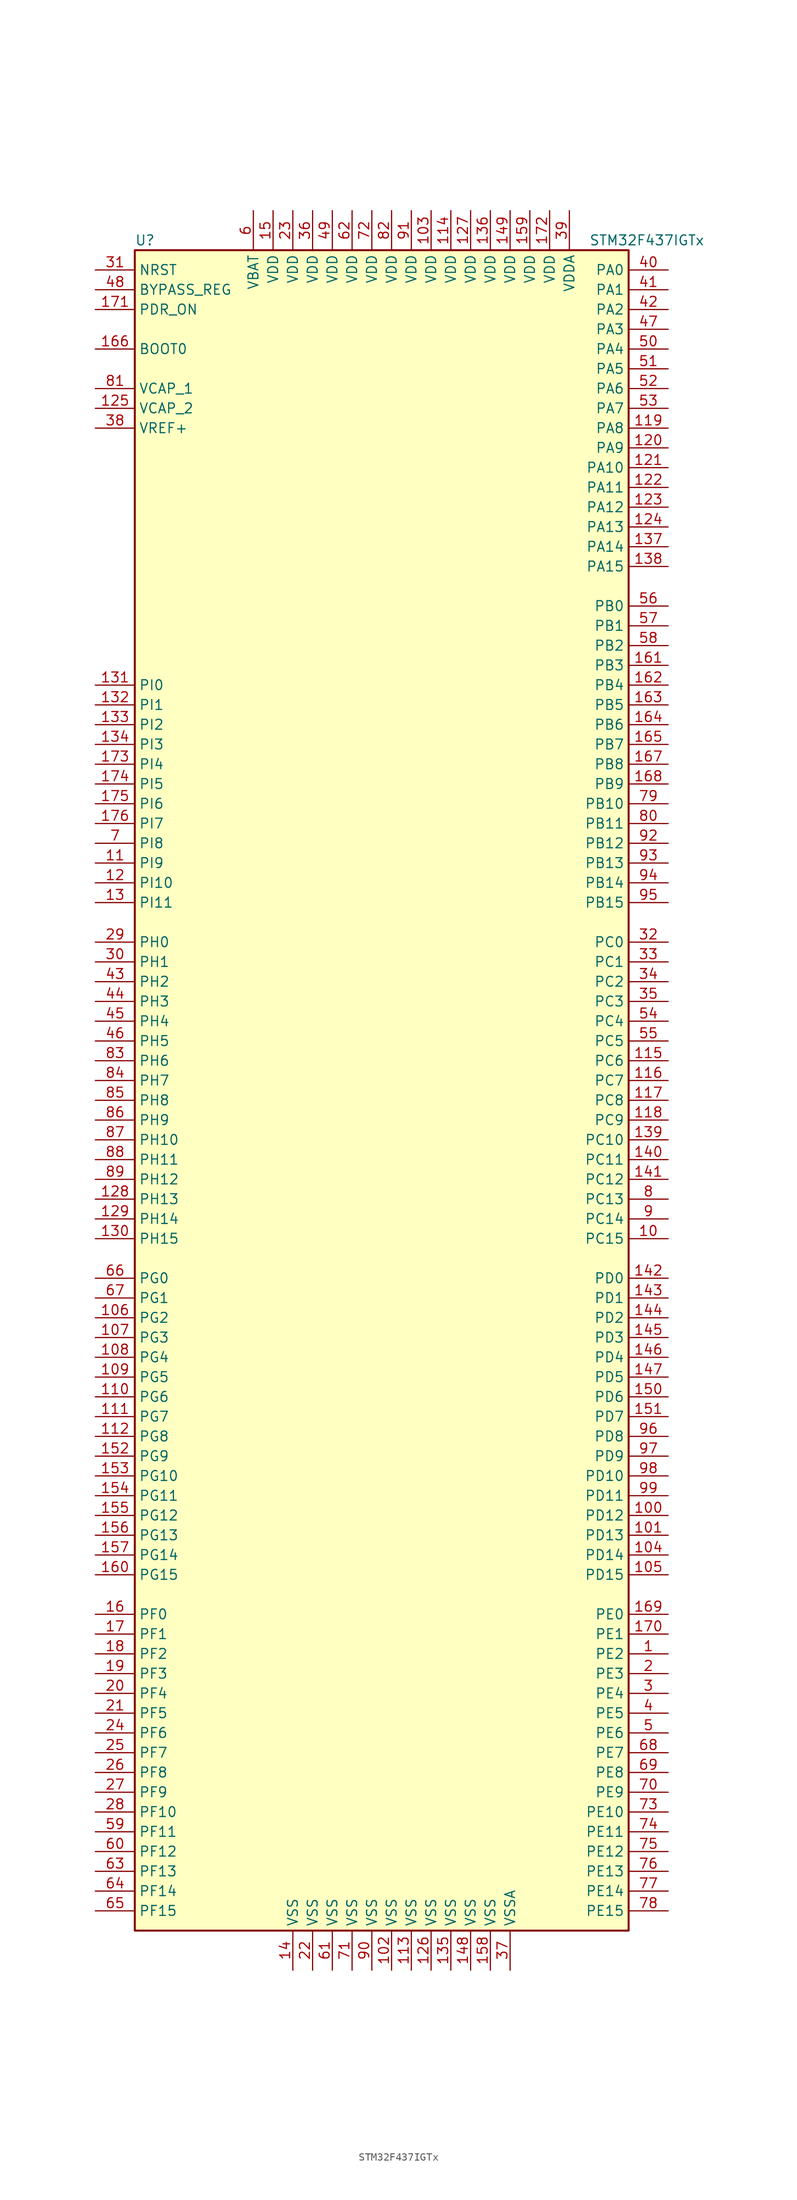
<source format=kicad_sym>
(kicad_symbol_lib
  (version 20220914)
  (generator kicad_symbol_editor)
  (symbol "STM32F437IGTx"
    (property "Reference" "U"
      (at -33.02 107.95 0)
      (effects (font (size 1.27 1.27)) (justify left)))
    (property "Value" "STM32F437IGTx"
      (at 25.4 107.95 0)
      (effects (font (size 1.27 1.27)) (justify left)))
    (symbol "STM32F437IGTx_0_1"
      (rectangle (start -33.02 -109.22) (end 30.48 106.68) (stroke (width 0.254) (type default)) (fill (type background))))
    (symbol "STM32F437IGTx_1_1"
      (pin bidirectional line (at 35.56 -73.66 180) (length 5.08) (name "PE2" (effects (font (size 1.27 1.27)))) (number "1" (effects (font (size 1.27 1.27)))))
      (pin bidirectional line (at 35.56 -20.32 180) (length 5.08) (name "PC15" (effects (font (size 1.27 1.27)))) (number "10" (effects (font (size 1.27 1.27)))))
      (pin bidirectional line (at 35.56 -55.88 180) (length 5.08) (name "PD12" (effects (font (size 1.27 1.27)))) (number "100" (effects (font (size 1.27 1.27)))))
      (pin bidirectional line (at 35.56 -58.42 180) (length 5.08) (name "PD13" (effects (font (size 1.27 1.27)))) (number "101" (effects (font (size 1.27 1.27)))))
      (pin power_in line (at 0 -114.3 90) (length 5.08) (name "VSS" (effects (font (size 1.27 1.27)))) (number "102" (effects (font (size 1.27 1.27)))))
      (pin power_in line (at 5.08 111.76 270) (length 5.08) (name "VDD" (effects (font (size 1.27 1.27)))) (number "103" (effects (font (size 1.27 1.27)))))
      (pin bidirectional line (at 35.56 -60.96 180) (length 5.08) (name "PD14" (effects (font (size 1.27 1.27)))) (number "104" (effects (font (size 1.27 1.27)))))
      (pin bidirectional line (at 35.56 -63.5 180) (length 5.08) (name "PD15" (effects (font (size 1.27 1.27)))) (number "105" (effects (font (size 1.27 1.27)))))
      (pin bidirectional line (at -38.1 -30.48 0) (length 5.08) (name "PG2" (effects (font (size 1.27 1.27)))) (number "106" (effects (font (size 1.27 1.27)))))
      (pin bidirectional line (at -38.1 -33.02 0) (length 5.08) (name "PG3" (effects (font (size 1.27 1.27)))) (number "107" (effects (font (size 1.27 1.27)))))
      (pin bidirectional line (at -38.1 -35.56 0) (length 5.08) (name "PG4" (effects (font (size 1.27 1.27)))) (number "108" (effects (font (size 1.27 1.27)))))
      (pin bidirectional line (at -38.1 -38.1 0) (length 5.08) (name "PG5" (effects (font (size 1.27 1.27)))) (number "109" (effects (font (size 1.27 1.27)))))
      (pin bidirectional line (at -38.1 27.94 0) (length 5.08) (name "PI9" (effects (font (size 1.27 1.27)))) (number "11" (effects (font (size 1.27 1.27)))))
      (pin bidirectional line (at -38.1 -40.64 0) (length 5.08) (name "PG6" (effects (font (size 1.27 1.27)))) (number "110" (effects (font (size 1.27 1.27)))))
      (pin bidirectional line (at -38.1 -43.18 0) (length 5.08) (name "PG7" (effects (font (size 1.27 1.27)))) (number "111" (effects (font (size 1.27 1.27)))))
      (pin bidirectional line (at -38.1 -45.72 0) (length 5.08) (name "PG8" (effects (font (size 1.27 1.27)))) (number "112" (effects (font (size 1.27 1.27)))))
      (pin power_in line (at 2.54 -114.3 90) (length 5.08) (name "VSS" (effects (font (size 1.27 1.27)))) (number "113" (effects (font (size 1.27 1.27)))))
      (pin power_in line (at 7.62 111.76 270) (length 5.08) (name "VDD" (effects (font (size 1.27 1.27)))) (number "114" (effects (font (size 1.27 1.27)))))
      (pin bidirectional line (at 35.56 2.54 180) (length 5.08) (name "PC6" (effects (font (size 1.27 1.27)))) (number "115" (effects (font (size 1.27 1.27)))))
      (pin bidirectional line (at 35.56 0 180) (length 5.08) (name "PC7" (effects (font (size 1.27 1.27)))) (number "116" (effects (font (size 1.27 1.27)))))
      (pin bidirectional line (at 35.56 -2.54 180) (length 5.08) (name "PC8" (effects (font (size 1.27 1.27)))) (number "117" (effects (font (size 1.27 1.27)))))
      (pin bidirectional line (at 35.56 -5.08 180) (length 5.08) (name "PC9" (effects (font (size 1.27 1.27)))) (number "118" (effects (font (size 1.27 1.27)))))
      (pin bidirectional line (at 35.56 83.82 180) (length 5.08) (name "PA8" (effects (font (size 1.27 1.27)))) (number "119" (effects (font (size 1.27 1.27)))))
      (pin bidirectional line (at -38.1 25.4 0) (length 5.08) (name "PI10" (effects (font (size 1.27 1.27)))) (number "12" (effects (font (size 1.27 1.27)))))
      (pin bidirectional line (at 35.56 81.28 180) (length 5.08) (name "PA9" (effects (font (size 1.27 1.27)))) (number "120" (effects (font (size 1.27 1.27)))))
      (pin bidirectional line (at 35.56 78.74 180) (length 5.08) (name "PA10" (effects (font (size 1.27 1.27)))) (number "121" (effects (font (size 1.27 1.27)))))
      (pin bidirectional line (at 35.56 76.2 180) (length 5.08) (name "PA11" (effects (font (size 1.27 1.27)))) (number "122" (effects (font (size 1.27 1.27)))))
      (pin bidirectional line (at 35.56 73.66 180) (length 5.08) (name "PA12" (effects (font (size 1.27 1.27)))) (number "123" (effects (font (size 1.27 1.27)))))
      (pin bidirectional line (at 35.56 71.12 180) (length 5.08) (name "PA13" (effects (font (size 1.27 1.27)))) (number "124" (effects (font (size 1.27 1.27)))))
      (pin power_in line (at -38.1 86.36 0) (length 5.08) (name "VCAP_2" (effects (font (size 1.27 1.27)))) (number "125" (effects (font (size 1.27 1.27)))))
      (pin power_in line (at 5.08 -114.3 90) (length 5.08) (name "VSS" (effects (font (size 1.27 1.27)))) (number "126" (effects (font (size 1.27 1.27)))))
      (pin power_in line (at 10.16 111.76 270) (length 5.08) (name "VDD" (effects (font (size 1.27 1.27)))) (number "127" (effects (font (size 1.27 1.27)))))
      (pin bidirectional line (at -38.1 -15.24 0) (length 5.08) (name "PH13" (effects (font (size 1.27 1.27)))) (number "128" (effects (font (size 1.27 1.27)))))
      (pin bidirectional line (at -38.1 -17.78 0) (length 5.08) (name "PH14" (effects (font (size 1.27 1.27)))) (number "129" (effects (font (size 1.27 1.27)))))
      (pin bidirectional line (at -38.1 22.86 0) (length 5.08) (name "PI11" (effects (font (size 1.27 1.27)))) (number "13" (effects (font (size 1.27 1.27)))))
      (pin bidirectional line (at -38.1 -20.32 0) (length 5.08) (name "PH15" (effects (font (size 1.27 1.27)))) (number "130" (effects (font (size 1.27 1.27)))))
      (pin bidirectional line (at -38.1 50.8 0) (length 5.08) (name "PI0" (effects (font (size 1.27 1.27)))) (number "131" (effects (font (size 1.27 1.27)))))
      (pin bidirectional line (at -38.1 48.26 0) (length 5.08) (name "PI1" (effects (font (size 1.27 1.27)))) (number "132" (effects (font (size 1.27 1.27)))))
      (pin bidirectional line (at -38.1 45.72 0) (length 5.08) (name "PI2" (effects (font (size 1.27 1.27)))) (number "133" (effects (font (size 1.27 1.27)))))
      (pin bidirectional line (at -38.1 43.18 0) (length 5.08) (name "PI3" (effects (font (size 1.27 1.27)))) (number "134" (effects (font (size 1.27 1.27)))))
      (pin power_in line (at 7.62 -114.3 90) (length 5.08) (name "VSS" (effects (font (size 1.27 1.27)))) (number "135" (effects (font (size 1.27 1.27)))))
      (pin power_in line (at 12.7 111.76 270) (length 5.08) (name "VDD" (effects (font (size 1.27 1.27)))) (number "136" (effects (font (size 1.27 1.27)))))
      (pin bidirectional line (at 35.56 68.58 180) (length 5.08) (name "PA14" (effects (font (size 1.27 1.27)))) (number "137" (effects (font (size 1.27 1.27)))))
      (pin bidirectional line (at 35.56 66.04 180) (length 5.08) (name "PA15" (effects (font (size 1.27 1.27)))) (number "138" (effects (font (size 1.27 1.27)))))
      (pin bidirectional line (at 35.56 -7.62 180) (length 5.08) (name "PC10" (effects (font (size 1.27 1.27)))) (number "139" (effects (font (size 1.27 1.27)))))
      (pin power_in line (at -12.7 -114.3 90) (length 5.08) (name "VSS" (effects (font (size 1.27 1.27)))) (number "14" (effects (font (size 1.27 1.27)))))
      (pin bidirectional line (at 35.56 -10.16 180) (length 5.08) (name "PC11" (effects (font (size 1.27 1.27)))) (number "140" (effects (font (size 1.27 1.27)))))
      (pin bidirectional line (at 35.56 -12.7 180) (length 5.08) (name "PC12" (effects (font (size 1.27 1.27)))) (number "141" (effects (font (size 1.27 1.27)))))
      (pin bidirectional line (at 35.56 -25.4 180) (length 5.08) (name "PD0" (effects (font (size 1.27 1.27)))) (number "142" (effects (font (size 1.27 1.27)))))
      (pin bidirectional line (at 35.56 -27.94 180) (length 5.08) (name "PD1" (effects (font (size 1.27 1.27)))) (number "143" (effects (font (size 1.27 1.27)))))
      (pin bidirectional line (at 35.56 -30.48 180) (length 5.08) (name "PD2" (effects (font (size 1.27 1.27)))) (number "144" (effects (font (size 1.27 1.27)))))
      (pin bidirectional line (at 35.56 -33.02 180) (length 5.08) (name "PD3" (effects (font (size 1.27 1.27)))) (number "145" (effects (font (size 1.27 1.27)))))
      (pin bidirectional line (at 35.56 -35.56 180) (length 5.08) (name "PD4" (effects (font (size 1.27 1.27)))) (number "146" (effects (font (size 1.27 1.27)))))
      (pin bidirectional line (at 35.56 -38.1 180) (length 5.08) (name "PD5" (effects (font (size 1.27 1.27)))) (number "147" (effects (font (size 1.27 1.27)))))
      (pin power_in line (at 10.16 -114.3 90) (length 5.08) (name "VSS" (effects (font (size 1.27 1.27)))) (number "148" (effects (font (size 1.27 1.27)))))
      (pin power_in line (at 15.24 111.76 270) (length 5.08) (name "VDD" (effects (font (size 1.27 1.27)))) (number "149" (effects (font (size 1.27 1.27)))))
      (pin power_in line (at -15.24 111.76 270) (length 5.08) (name "VDD" (effects (font (size 1.27 1.27)))) (number "15" (effects (font (size 1.27 1.27)))))
      (pin bidirectional line (at 35.56 -40.64 180) (length 5.08) (name "PD6" (effects (font (size 1.27 1.27)))) (number "150" (effects (font (size 1.27 1.27)))))
      (pin bidirectional line (at 35.56 -43.18 180) (length 5.08) (name "PD7" (effects (font (size 1.27 1.27)))) (number "151" (effects (font (size 1.27 1.27)))))
      (pin bidirectional line (at -38.1 -48.26 0) (length 5.08) (name "PG9" (effects (font (size 1.27 1.27)))) (number "152" (effects (font (size 1.27 1.27)))))
      (pin bidirectional line (at -38.1 -50.8 0) (length 5.08) (name "PG10" (effects (font (size 1.27 1.27)))) (number "153" (effects (font (size 1.27 1.27)))))
      (pin bidirectional line (at -38.1 -53.34 0) (length 5.08) (name "PG11" (effects (font (size 1.27 1.27)))) (number "154" (effects (font (size 1.27 1.27)))))
      (pin bidirectional line (at -38.1 -55.88 0) (length 5.08) (name "PG12" (effects (font (size 1.27 1.27)))) (number "155" (effects (font (size 1.27 1.27)))))
      (pin bidirectional line (at -38.1 -58.42 0) (length 5.08) (name "PG13" (effects (font (size 1.27 1.27)))) (number "156" (effects (font (size 1.27 1.27)))))
      (pin bidirectional line (at -38.1 -60.96 0) (length 5.08) (name "PG14" (effects (font (size 1.27 1.27)))) (number "157" (effects (font (size 1.27 1.27)))))
      (pin power_in line (at 12.7 -114.3 90) (length 5.08) (name "VSS" (effects (font (size 1.27 1.27)))) (number "158" (effects (font (size 1.27 1.27)))))
      (pin power_in line (at 17.78 111.76 270) (length 5.08) (name "VDD" (effects (font (size 1.27 1.27)))) (number "159" (effects (font (size 1.27 1.27)))))
      (pin bidirectional line (at -38.1 -68.58 0) (length 5.08) (name "PF0" (effects (font (size 1.27 1.27)))) (number "16" (effects (font (size 1.27 1.27)))))
      (pin bidirectional line (at -38.1 -63.5 0) (length 5.08) (name "PG15" (effects (font (size 1.27 1.27)))) (number "160" (effects (font (size 1.27 1.27)))))
      (pin bidirectional line (at 35.56 53.34 180) (length 5.08) (name "PB3" (effects (font (size 1.27 1.27)))) (number "161" (effects (font (size 1.27 1.27)))))
      (pin bidirectional line (at 35.56 50.8 180) (length 5.08) (name "PB4" (effects (font (size 1.27 1.27)))) (number "162" (effects (font (size 1.27 1.27)))))
      (pin bidirectional line (at 35.56 48.26 180) (length 5.08) (name "PB5" (effects (font (size 1.27 1.27)))) (number "163" (effects (font (size 1.27 1.27)))))
      (pin bidirectional line (at 35.56 45.72 180) (length 5.08) (name "PB6" (effects (font (size 1.27 1.27)))) (number "164" (effects (font (size 1.27 1.27)))))
      (pin bidirectional line (at 35.56 43.18 180) (length 5.08) (name "PB7" (effects (font (size 1.27 1.27)))) (number "165" (effects (font (size 1.27 1.27)))))
      (pin input line (at -38.1 93.98 0) (length 5.08) (name "BOOT0" (effects (font (size 1.27 1.27)))) (number "166" (effects (font (size 1.27 1.27)))))
      (pin bidirectional line (at 35.56 40.64 180) (length 5.08) (name "PB8" (effects (font (size 1.27 1.27)))) (number "167" (effects (font (size 1.27 1.27)))))
      (pin bidirectional line (at 35.56 38.1 180) (length 5.08) (name "PB9" (effects (font (size 1.27 1.27)))) (number "168" (effects (font (size 1.27 1.27)))))
      (pin bidirectional line (at 35.56 -68.58 180) (length 5.08) (name "PE0" (effects (font (size 1.27 1.27)))) (number "169" (effects (font (size 1.27 1.27)))))
      (pin bidirectional line (at -38.1 -71.12 0) (length 5.08) (name "PF1" (effects (font (size 1.27 1.27)))) (number "17" (effects (font (size 1.27 1.27)))))
      (pin bidirectional line (at 35.56 -71.12 180) (length 5.08) (name "PE1" (effects (font (size 1.27 1.27)))) (number "170" (effects (font (size 1.27 1.27)))))
      (pin input line (at -38.1 99.06 0) (length 5.08) (name "PDR_ON" (effects (font (size 1.27 1.27)))) (number "171" (effects (font (size 1.27 1.27)))))
      (pin power_in line (at 20.32 111.76 270) (length 5.08) (name "VDD" (effects (font (size 1.27 1.27)))) (number "172" (effects (font (size 1.27 1.27)))))
      (pin bidirectional line (at -38.1 40.64 0) (length 5.08) (name "PI4" (effects (font (size 1.27 1.27)))) (number "173" (effects (font (size 1.27 1.27)))))
      (pin bidirectional line (at -38.1 38.1 0) (length 5.08) (name "PI5" (effects (font (size 1.27 1.27)))) (number "174" (effects (font (size 1.27 1.27)))))
      (pin bidirectional line (at -38.1 35.56 0) (length 5.08) (name "PI6" (effects (font (size 1.27 1.27)))) (number "175" (effects (font (size 1.27 1.27)))))
      (pin bidirectional line (at -38.1 33.02 0) (length 5.08) (name "PI7" (effects (font (size 1.27 1.27)))) (number "176" (effects (font (size 1.27 1.27)))))
      (pin bidirectional line (at -38.1 -73.66 0) (length 5.08) (name "PF2" (effects (font (size 1.27 1.27)))) (number "18" (effects (font (size 1.27 1.27)))))
      (pin bidirectional line (at -38.1 -76.2 0) (length 5.08) (name "PF3" (effects (font (size 1.27 1.27)))) (number "19" (effects (font (size 1.27 1.27)))))
      (pin bidirectional line (at 35.56 -76.2 180) (length 5.08) (name "PE3" (effects (font (size 1.27 1.27)))) (number "2" (effects (font (size 1.27 1.27)))))
      (pin bidirectional line (at -38.1 -78.74 0) (length 5.08) (name "PF4" (effects (font (size 1.27 1.27)))) (number "20" (effects (font (size 1.27 1.27)))))
      (pin bidirectional line (at -38.1 -81.28 0) (length 5.08) (name "PF5" (effects (font (size 1.27 1.27)))) (number "21" (effects (font (size 1.27 1.27)))))
      (pin power_in line (at -10.16 -114.3 90) (length 5.08) (name "VSS" (effects (font (size 1.27 1.27)))) (number "22" (effects (font (size 1.27 1.27)))))
      (pin power_in line (at -12.7 111.76 270) (length 5.08) (name "VDD" (effects (font (size 1.27 1.27)))) (number "23" (effects (font (size 1.27 1.27)))))
      (pin bidirectional line (at -38.1 -83.82 0) (length 5.08) (name "PF6" (effects (font (size 1.27 1.27)))) (number "24" (effects (font (size 1.27 1.27)))))
      (pin bidirectional line (at -38.1 -86.36 0) (length 5.08) (name "PF7" (effects (font (size 1.27 1.27)))) (number "25" (effects (font (size 1.27 1.27)))))
      (pin bidirectional line (at -38.1 -88.9 0) (length 5.08) (name "PF8" (effects (font (size 1.27 1.27)))) (number "26" (effects (font (size 1.27 1.27)))))
      (pin bidirectional line (at -38.1 -91.44 0) (length 5.08) (name "PF9" (effects (font (size 1.27 1.27)))) (number "27" (effects (font (size 1.27 1.27)))))
      (pin bidirectional line (at -38.1 -93.98 0) (length 5.08) (name "PF10" (effects (font (size 1.27 1.27)))) (number "28" (effects (font (size 1.27 1.27)))))
      (pin input line (at -38.1 17.78 0) (length 5.08) (name "PH0" (effects (font (size 1.27 1.27)))) (number "29" (effects (font (size 1.27 1.27)))))
      (pin bidirectional line (at 35.56 -78.74 180) (length 5.08) (name "PE4" (effects (font (size 1.27 1.27)))) (number "3" (effects (font (size 1.27 1.27)))))
      (pin input line (at -38.1 15.24 0) (length 5.08) (name "PH1" (effects (font (size 1.27 1.27)))) (number "30" (effects (font (size 1.27 1.27)))))
      (pin input line (at -38.1 104.14 0) (length 5.08) (name "NRST" (effects (font (size 1.27 1.27)))) (number "31" (effects (font (size 1.27 1.27)))))
      (pin bidirectional line (at 35.56 17.78 180) (length 5.08) (name "PC0" (effects (font (size 1.27 1.27)))) (number "32" (effects (font (size 1.27 1.27)))))
      (pin bidirectional line (at 35.56 15.24 180) (length 5.08) (name "PC1" (effects (font (size 1.27 1.27)))) (number "33" (effects (font (size 1.27 1.27)))))
      (pin bidirectional line (at 35.56 12.7 180) (length 5.08) (name "PC2" (effects (font (size 1.27 1.27)))) (number "34" (effects (font (size 1.27 1.27)))))
      (pin bidirectional line (at 35.56 10.16 180) (length 5.08) (name "PC3" (effects (font (size 1.27 1.27)))) (number "35" (effects (font (size 1.27 1.27)))))
      (pin power_in line (at -10.16 111.76 270) (length 5.08) (name "VDD" (effects (font (size 1.27 1.27)))) (number "36" (effects (font (size 1.27 1.27)))))
      (pin power_in line (at 15.24 -114.3 90) (length 5.08) (name "VSSA" (effects (font (size 1.27 1.27)))) (number "37" (effects (font (size 1.27 1.27)))))
      (pin power_in line (at -38.1 83.82 0) (length 5.08) (name "VREF+" (effects (font (size 1.27 1.27)))) (number "38" (effects (font (size 1.27 1.27)))))
      (pin power_in line (at 22.86 111.76 270) (length 5.08) (name "VDDA" (effects (font (size 1.27 1.27)))) (number "39" (effects (font (size 1.27 1.27)))))
      (pin bidirectional line (at 35.56 -81.28 180) (length 5.08) (name "PE5" (effects (font (size 1.27 1.27)))) (number "4" (effects (font (size 1.27 1.27)))))
      (pin bidirectional line (at 35.56 104.14 180) (length 5.08) (name "PA0" (effects (font (size 1.27 1.27)))) (number "40" (effects (font (size 1.27 1.27)))))
      (pin bidirectional line (at 35.56 101.6 180) (length 5.08) (name "PA1" (effects (font (size 1.27 1.27)))) (number "41" (effects (font (size 1.27 1.27)))))
      (pin bidirectional line (at 35.56 99.06 180) (length 5.08) (name "PA2" (effects (font (size 1.27 1.27)))) (number "42" (effects (font (size 1.27 1.27)))))
      (pin bidirectional line (at -38.1 12.7 0) (length 5.08) (name "PH2" (effects (font (size 1.27 1.27)))) (number "43" (effects (font (size 1.27 1.27)))))
      (pin bidirectional line (at -38.1 10.16 0) (length 5.08) (name "PH3" (effects (font (size 1.27 1.27)))) (number "44" (effects (font (size 1.27 1.27)))))
      (pin bidirectional line (at -38.1 7.62 0) (length 5.08) (name "PH4" (effects (font (size 1.27 1.27)))) (number "45" (effects (font (size 1.27 1.27)))))
      (pin bidirectional line (at -38.1 5.08 0) (length 5.08) (name "PH5" (effects (font (size 1.27 1.27)))) (number "46" (effects (font (size 1.27 1.27)))))
      (pin bidirectional line (at 35.56 96.52 180) (length 5.08) (name "PA3" (effects (font (size 1.27 1.27)))) (number "47" (effects (font (size 1.27 1.27)))))
      (pin input line (at -38.1 101.6 0) (length 5.08) (name "BYPASS_REG" (effects (font (size 1.27 1.27)))) (number "48" (effects (font (size 1.27 1.27)))))
      (pin power_in line (at -7.62 111.76 270) (length 5.08) (name "VDD" (effects (font (size 1.27 1.27)))) (number "49" (effects (font (size 1.27 1.27)))))
      (pin bidirectional line (at 35.56 -83.82 180) (length 5.08) (name "PE6" (effects (font (size 1.27 1.27)))) (number "5" (effects (font (size 1.27 1.27)))))
      (pin bidirectional line (at 35.56 93.98 180) (length 5.08) (name "PA4" (effects (font (size 1.27 1.27)))) (number "50" (effects (font (size 1.27 1.27)))))
      (pin bidirectional line (at 35.56 91.44 180) (length 5.08) (name "PA5" (effects (font (size 1.27 1.27)))) (number "51" (effects (font (size 1.27 1.27)))))
      (pin bidirectional line (at 35.56 88.9 180) (length 5.08) (name "PA6" (effects (font (size 1.27 1.27)))) (number "52" (effects (font (size 1.27 1.27)))))
      (pin bidirectional line (at 35.56 86.36 180) (length 5.08) (name "PA7" (effects (font (size 1.27 1.27)))) (number "53" (effects (font (size 1.27 1.27)))))
      (pin bidirectional line (at 35.56 7.62 180) (length 5.08) (name "PC4" (effects (font (size 1.27 1.27)))) (number "54" (effects (font (size 1.27 1.27)))))
      (pin bidirectional line (at 35.56 5.08 180) (length 5.08) (name "PC5" (effects (font (size 1.27 1.27)))) (number "55" (effects (font (size 1.27 1.27)))))
      (pin bidirectional line (at 35.56 60.96 180) (length 5.08) (name "PB0" (effects (font (size 1.27 1.27)))) (number "56" (effects (font (size 1.27 1.27)))))
      (pin bidirectional line (at 35.56 58.42 180) (length 5.08) (name "PB1" (effects (font (size 1.27 1.27)))) (number "57" (effects (font (size 1.27 1.27)))))
      (pin bidirectional line (at 35.56 55.88 180) (length 5.08) (name "PB2" (effects (font (size 1.27 1.27)))) (number "58" (effects (font (size 1.27 1.27)))))
      (pin bidirectional line (at -38.1 -96.52 0) (length 5.08) (name "PF11" (effects (font (size 1.27 1.27)))) (number "59" (effects (font (size 1.27 1.27)))))
      (pin power_in line (at -17.78 111.76 270) (length 5.08) (name "VBAT" (effects (font (size 1.27 1.27)))) (number "6" (effects (font (size 1.27 1.27)))))
      (pin bidirectional line (at -38.1 -99.06 0) (length 5.08) (name "PF12" (effects (font (size 1.27 1.27)))) (number "60" (effects (font (size 1.27 1.27)))))
      (pin power_in line (at -7.62 -114.3 90) (length 5.08) (name "VSS" (effects (font (size 1.27 1.27)))) (number "61" (effects (font (size 1.27 1.27)))))
      (pin power_in line (at -5.08 111.76 270) (length 5.08) (name "VDD" (effects (font (size 1.27 1.27)))) (number "62" (effects (font (size 1.27 1.27)))))
      (pin bidirectional line (at -38.1 -101.6 0) (length 5.08) (name "PF13" (effects (font (size 1.27 1.27)))) (number "63" (effects (font (size 1.27 1.27)))))
      (pin bidirectional line (at -38.1 -104.14 0) (length 5.08) (name "PF14" (effects (font (size 1.27 1.27)))) (number "64" (effects (font (size 1.27 1.27)))))
      (pin bidirectional line (at -38.1 -106.68 0) (length 5.08) (name "PF15" (effects (font (size 1.27 1.27)))) (number "65" (effects (font (size 1.27 1.27)))))
      (pin bidirectional line (at -38.1 -25.4 0) (length 5.08) (name "PG0" (effects (font (size 1.27 1.27)))) (number "66" (effects (font (size 1.27 1.27)))))
      (pin bidirectional line (at -38.1 -27.94 0) (length 5.08) (name "PG1" (effects (font (size 1.27 1.27)))) (number "67" (effects (font (size 1.27 1.27)))))
      (pin bidirectional line (at 35.56 -86.36 180) (length 5.08) (name "PE7" (effects (font (size 1.27 1.27)))) (number "68" (effects (font (size 1.27 1.27)))))
      (pin bidirectional line (at 35.56 -88.9 180) (length 5.08) (name "PE8" (effects (font (size 1.27 1.27)))) (number "69" (effects (font (size 1.27 1.27)))))
      (pin bidirectional line (at -38.1 30.48 0) (length 5.08) (name "PI8" (effects (font (size 1.27 1.27)))) (number "7" (effects (font (size 1.27 1.27)))))
      (pin bidirectional line (at 35.56 -91.44 180) (length 5.08) (name "PE9" (effects (font (size 1.27 1.27)))) (number "70" (effects (font (size 1.27 1.27)))))
      (pin power_in line (at -5.08 -114.3 90) (length 5.08) (name "VSS" (effects (font (size 1.27 1.27)))) (number "71" (effects (font (size 1.27 1.27)))))
      (pin power_in line (at -2.54 111.76 270) (length 5.08) (name "VDD" (effects (font (size 1.27 1.27)))) (number "72" (effects (font (size 1.27 1.27)))))
      (pin bidirectional line (at 35.56 -93.98 180) (length 5.08) (name "PE10" (effects (font (size 1.27 1.27)))) (number "73" (effects (font (size 1.27 1.27)))))
      (pin bidirectional line (at 35.56 -96.52 180) (length 5.08) (name "PE11" (effects (font (size 1.27 1.27)))) (number "74" (effects (font (size 1.27 1.27)))))
      (pin bidirectional line (at 35.56 -99.06 180) (length 5.08) (name "PE12" (effects (font (size 1.27 1.27)))) (number "75" (effects (font (size 1.27 1.27)))))
      (pin bidirectional line (at 35.56 -101.6 180) (length 5.08) (name "PE13" (effects (font (size 1.27 1.27)))) (number "76" (effects (font (size 1.27 1.27)))))
      (pin bidirectional line (at 35.56 -104.14 180) (length 5.08) (name "PE14" (effects (font (size 1.27 1.27)))) (number "77" (effects (font (size 1.27 1.27)))))
      (pin bidirectional line (at 35.56 -106.68 180) (length 5.08) (name "PE15" (effects (font (size 1.27 1.27)))) (number "78" (effects (font (size 1.27 1.27)))))
      (pin bidirectional line (at 35.56 35.56 180) (length 5.08) (name "PB10" (effects (font (size 1.27 1.27)))) (number "79" (effects (font (size 1.27 1.27)))))
      (pin bidirectional line (at 35.56 -15.24 180) (length 5.08) (name "PC13" (effects (font (size 1.27 1.27)))) (number "8" (effects (font (size 1.27 1.27)))))
      (pin bidirectional line (at 35.56 33.02 180) (length 5.08) (name "PB11" (effects (font (size 1.27 1.27)))) (number "80" (effects (font (size 1.27 1.27)))))
      (pin power_in line (at -38.1 88.9 0) (length 5.08) (name "VCAP_1" (effects (font (size 1.27 1.27)))) (number "81" (effects (font (size 1.27 1.27)))))
      (pin power_in line (at 0 111.76 270) (length 5.08) (name "VDD" (effects (font (size 1.27 1.27)))) (number "82" (effects (font (size 1.27 1.27)))))
      (pin bidirectional line (at -38.1 2.54 0) (length 5.08) (name "PH6" (effects (font (size 1.27 1.27)))) (number "83" (effects (font (size 1.27 1.27)))))
      (pin bidirectional line (at -38.1 0 0) (length 5.08) (name "PH7" (effects (font (size 1.27 1.27)))) (number "84" (effects (font (size 1.27 1.27)))))
      (pin bidirectional line (at -38.1 -2.54 0) (length 5.08) (name "PH8" (effects (font (size 1.27 1.27)))) (number "85" (effects (font (size 1.27 1.27)))))
      (pin bidirectional line (at -38.1 -5.08 0) (length 5.08) (name "PH9" (effects (font (size 1.27 1.27)))) (number "86" (effects (font (size 1.27 1.27)))))
      (pin bidirectional line (at -38.1 -7.62 0) (length 5.08) (name "PH10" (effects (font (size 1.27 1.27)))) (number "87" (effects (font (size 1.27 1.27)))))
      (pin bidirectional line (at -38.1 -10.16 0) (length 5.08) (name "PH11" (effects (font (size 1.27 1.27)))) (number "88" (effects (font (size 1.27 1.27)))))
      (pin bidirectional line (at -38.1 -12.7 0) (length 5.08) (name "PH12" (effects (font (size 1.27 1.27)))) (number "89" (effects (font (size 1.27 1.27)))))
      (pin bidirectional line (at 35.56 -17.78 180) (length 5.08) (name "PC14" (effects (font (size 1.27 1.27)))) (number "9" (effects (font (size 1.27 1.27)))))
      (pin power_in line (at -2.54 -114.3 90) (length 5.08) (name "VSS" (effects (font (size 1.27 1.27)))) (number "90" (effects (font (size 1.27 1.27)))))
      (pin power_in line (at 2.54 111.76 270) (length 5.08) (name "VDD" (effects (font (size 1.27 1.27)))) (number "91" (effects (font (size 1.27 1.27)))))
      (pin bidirectional line (at 35.56 30.48 180) (length 5.08) (name "PB12" (effects (font (size 1.27 1.27)))) (number "92" (effects (font (size 1.27 1.27)))))
      (pin bidirectional line (at 35.56 27.94 180) (length 5.08) (name "PB13" (effects (font (size 1.27 1.27)))) (number "93" (effects (font (size 1.27 1.27)))))
      (pin bidirectional line (at 35.56 25.4 180) (length 5.08) (name "PB14" (effects (font (size 1.27 1.27)))) (number "94" (effects (font (size 1.27 1.27)))))
      (pin bidirectional line (at 35.56 22.86 180) (length 5.08) (name "PB15" (effects (font (size 1.27 1.27)))) (number "95" (effects (font (size 1.27 1.27)))))
      (pin bidirectional line (at 35.56 -45.72 180) (length 5.08) (name "PD8" (effects (font (size 1.27 1.27)))) (number "96" (effects (font (size 1.27 1.27)))))
      (pin bidirectional line (at 35.56 -48.26 180) (length 5.08) (name "PD9" (effects (font (size 1.27 1.27)))) (number "97" (effects (font (size 1.27 1.27)))))
      (pin bidirectional line (at 35.56 -50.8 180) (length 5.08) (name "PD10" (effects (font (size 1.27 1.27)))) (number "98" (effects (font (size 1.27 1.27)))))
      (pin bidirectional line (at 35.56 -53.34 180) (length 5.08) (name "PD11" (effects (font (size 1.27 1.27)))) (number "99" (effects (font (size 1.27 1.27))))))))
</source>
